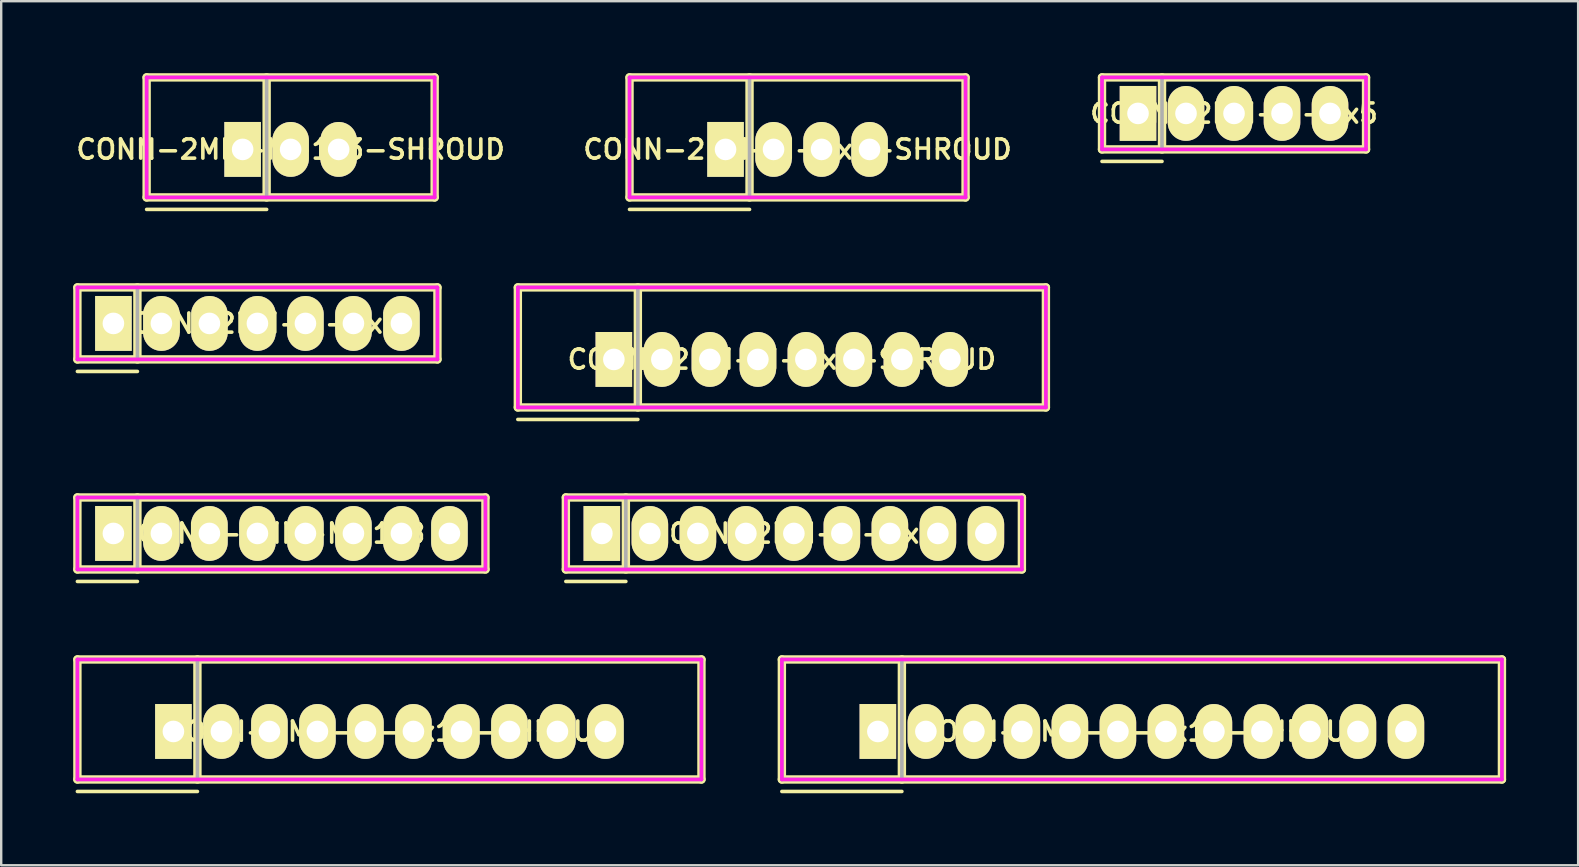
<source format=kicad_pcb>
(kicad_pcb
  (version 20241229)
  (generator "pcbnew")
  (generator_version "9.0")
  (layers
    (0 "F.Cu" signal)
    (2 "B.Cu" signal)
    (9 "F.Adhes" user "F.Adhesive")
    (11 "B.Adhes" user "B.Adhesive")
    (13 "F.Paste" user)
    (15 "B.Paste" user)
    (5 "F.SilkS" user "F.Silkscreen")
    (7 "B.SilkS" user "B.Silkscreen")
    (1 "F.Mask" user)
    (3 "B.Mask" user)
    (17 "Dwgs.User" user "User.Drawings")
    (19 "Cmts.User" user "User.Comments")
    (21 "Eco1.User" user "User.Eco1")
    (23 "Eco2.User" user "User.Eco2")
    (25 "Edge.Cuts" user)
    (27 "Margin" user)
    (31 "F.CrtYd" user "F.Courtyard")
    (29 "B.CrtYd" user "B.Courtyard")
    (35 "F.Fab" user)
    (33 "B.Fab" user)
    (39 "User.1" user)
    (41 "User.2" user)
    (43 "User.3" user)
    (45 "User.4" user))
  (footprint "CONN-2MM-M-1x9"
    (layer "F.Cu")
    (at 30.025 19.175)
    (property "Reference" "CONN-2MM-M-1x9" (at 0 0 0) (layer "F.SilkS") (effects (font (size 0.8 0.8) (thickness 0.15))))
    (attr through_hole)
    (fp_line (start -9.5 -1.5) (end 9.5 -1.5) (stroke (width 0.35) (type solid)) (layer "F.SilkS"))
    (fp_line (start -9.5 1.5) (end -9.5 -1.5) (stroke (width 0.35) (type solid)) (layer "F.SilkS"))
    (fp_line (start -9.5 2) (end -7 2) (stroke (width 0.15) (type solid)) (layer "F.SilkS"))
    (fp_line (start -7 -1.5) (end -7 1.5) (stroke (width 0.35) (type solid)) (layer "F.SilkS"))
    (fp_line (start 9.5 -1.5) (end 9.5 1.5) (stroke (width 0.35) (type solid)) (layer "F.SilkS"))
    (fp_line (start 9.5 1.5) (end -9.5 1.5) (stroke (width 0.35) (type solid)) (layer "F.SilkS"))
    (fp_line (start -9.5 -1.5) (end 9.5 -1.5) (stroke (width 0.15) (type solid)) (layer "F.CrtYd"))
    (fp_line (start -9.5 1.5) (end -9.5 -1.5) (stroke (width 0.15) (type solid)) (layer "F.CrtYd"))
    (fp_line (start 9.5 -1.5) (end 9.5 1.5) (stroke (width 0.15) (type solid)) (layer "F.CrtYd"))
    (fp_line (start 9.5 1.5) (end -9.5 1.5) (stroke (width 0.15) (type solid)) (layer "F.CrtYd"))
    (fp_line (start -9.5 -1.5) (end 9.5 -1.5) (stroke (width 0.15) (type solid)) (layer "F.Fab"))
    (fp_line (start -9.5 1.5) (end -9.5 -1.5) (stroke (width 0.15) (type solid)) (layer "F.Fab"))
    (fp_line (start -7 -1.5) (end -7 1.5) (stroke (width 0.15) (type solid)) (layer "F.Fab"))
    (fp_line (start 9.5 -1.5) (end 9.5 1.5) (stroke (width 0.15) (type solid)) (layer "F.Fab"))
    (fp_line (start 9.5 1.5) (end -9.5 1.5) (stroke (width 0.15) (type solid)) (layer "F.Fab"))
    (pad "1" thru_hole rect (at -8 0) (size 1.524 2.286) (drill 0.9) (layers "*.Cu" "*.Mask" "F.SilkS"))
    (pad "2" thru_hole oval (at -6 0) (size 1.524 2.286) (drill 0.9) (layers "*.Cu" "*.Mask" "F.SilkS"))
    (pad "3" thru_hole oval (at -4 0) (size 1.524 2.286) (drill 0.9) (layers "*.Cu" "*.Mask" "F.SilkS"))
    (pad "4" thru_hole oval (at -2 0) (size 1.524 2.286) (drill 0.9) (layers "*.Cu" "*.Mask" "F.SilkS"))
    (pad "5" thru_hole oval (at 0 0) (size 1.524 2.286) (drill 0.9) (layers "*.Cu" "*.Mask" "F.SilkS"))
    (pad "6" thru_hole oval (at 2 0) (size 1.524 2.286) (drill 0.9) (layers "*.Cu" "*.Mask" "F.SilkS"))
    (pad "7" thru_hole oval (at 4 0) (size 1.524 2.286) (drill 0.9) (layers "*.Cu" "*.Mask" "F.SilkS"))
    (pad "8" thru_hole oval (at 6 0) (size 1.524 2.286) (drill 0.9) (layers "*.Cu" "*.Mask" "F.SilkS"))
    (pad "9" thru_hole oval (at 8 0) (size 1.524 2.286) (drill 0.9) (layers "*.Cu" "*.Mask" "F.SilkS")))
  (footprint "CONN-2MM-M-1x7"
    (layer "F.Cu")
    (at 7.675 10.425)
    (property "Reference" "CONN-2MM-M-1x7" (at 0 0 0) (layer "F.SilkS") (effects (font (size 0.8 0.8) (thickness 0.15))))
    (attr through_hole)
    (fp_line (start -7.5 -1.5) (end 7.5 -1.5) (stroke (width 0.35) (type solid)) (layer "F.SilkS"))
    (fp_line (start -7.5 1.5) (end -7.5 -1.5) (stroke (width 0.35) (type solid)) (layer "F.SilkS"))
    (fp_line (start -7.5 2) (end -5 2) (stroke (width 0.15) (type solid)) (layer "F.SilkS"))
    (fp_line (start -5 -1.5) (end -5 1.5) (stroke (width 0.35) (type solid)) (layer "F.SilkS"))
    (fp_line (start 7.5 -1.5) (end 7.5 1.5) (stroke (width 0.35) (type solid)) (layer "F.SilkS"))
    (fp_line (start 7.5 1.5) (end -7.5 1.5) (stroke (width 0.35) (type solid)) (layer "F.SilkS"))
    (fp_line (start -7.5 -1.5) (end 7.5 -1.5) (stroke (width 0.15) (type solid)) (layer "F.CrtYd"))
    (fp_line (start -7.5 1.5) (end -7.5 -1.5) (stroke (width 0.15) (type solid)) (layer "F.CrtYd"))
    (fp_line (start 7.5 -1.5) (end 7.5 1.5) (stroke (width 0.15) (type solid)) (layer "F.CrtYd"))
    (fp_line (start 7.5 1.5) (end -7.5 1.5) (stroke (width 0.15) (type solid)) (layer "F.CrtYd"))
    (fp_line (start -7.5 -1.5) (end 7.5 -1.5) (stroke (width 0.15) (type solid)) (layer "F.Fab"))
    (fp_line (start -7.5 1.5) (end -7.5 -1.5) (stroke (width 0.15) (type solid)) (layer "F.Fab"))
    (fp_line (start -5 -1.5) (end -5 1.5) (stroke (width 0.15) (type solid)) (layer "F.Fab"))
    (fp_line (start 7.5 -1.5) (end 7.5 1.5) (stroke (width 0.15) (type solid)) (layer "F.Fab"))
    (fp_line (start 7.5 1.5) (end -7.5 1.5) (stroke (width 0.15) (type solid)) (layer "F.Fab"))
    (pad "1" thru_hole rect (at -6 0) (size 1.524 2.286) (drill 0.9) (layers "*.Cu" "*.Mask" "F.SilkS"))
    (pad "2" thru_hole oval (at -4 0) (size 1.524 2.286) (drill 0.9) (layers "*.Cu" "*.Mask" "F.SilkS"))
    (pad "3" thru_hole oval (at -2 0) (size 1.524 2.286) (drill 0.9) (layers "*.Cu" "*.Mask" "F.SilkS"))
    (pad "4" thru_hole oval (at 0 0) (size 1.524 2.286) (drill 0.9) (layers "*.Cu" "*.Mask" "F.SilkS"))
    (pad "5" thru_hole oval (at 2 0) (size 1.524 2.286) (drill 0.9) (layers "*.Cu" "*.Mask" "F.SilkS"))
    (pad "6" thru_hole oval (at 4 0) (size 1.524 2.286) (drill 0.9) (layers "*.Cu" "*.Mask" "F.SilkS"))
    (pad "7" thru_hole oval (at 6 0) (size 1.524 2.286) (drill 0.9) (layers "*.Cu" "*.Mask" "F.SilkS")))
  (footprint "CONN-2MM-M-1x5"
    (layer "F.Cu")
    (at 48.363 1.675)
    (property "Reference" "CONN-2MM-M-1x5" (at 0 0 0) (layer "F.SilkS") (effects (font (size 0.8 0.8) (thickness 0.15))))
    (attr through_hole)
    (fp_line (start -5.5 -1.5) (end 5.5 -1.5) (stroke (width 0.35) (type solid)) (layer "F.SilkS"))
    (fp_line (start -5.5 1.5) (end -5.5 -1.5) (stroke (width 0.35) (type solid)) (layer "F.SilkS"))
    (fp_line (start -5.5 2) (end -3 2) (stroke (width 0.15) (type solid)) (layer "F.SilkS"))
    (fp_line (start -3 -1.5) (end -3 1.5) (stroke (width 0.35) (type solid)) (layer "F.SilkS"))
    (fp_line (start 5.5 -1.5) (end 5.5 1.5) (stroke (width 0.35) (type solid)) (layer "F.SilkS"))
    (fp_line (start 5.5 1.5) (end -5.5 1.5) (stroke (width 0.35) (type solid)) (layer "F.SilkS"))
    (fp_line (start -5.5 -1.5) (end 5.5 -1.5) (stroke (width 0.15) (type solid)) (layer "F.CrtYd"))
    (fp_line (start -5.5 1.5) (end -5.5 -1.5) (stroke (width 0.15) (type solid)) (layer "F.CrtYd"))
    (fp_line (start 5.5 -1.5) (end 5.5 1.5) (stroke (width 0.15) (type solid)) (layer "F.CrtYd"))
    (fp_line (start 5.5 1.5) (end -5.5 1.5) (stroke (width 0.15) (type solid)) (layer "F.CrtYd"))
    (fp_line (start -5.5 -1.5) (end 5.5 -1.5) (stroke (width 0.15) (type solid)) (layer "F.Fab"))
    (fp_line (start -5.5 1.5) (end -5.5 -1.5) (stroke (width 0.15) (type solid)) (layer "F.Fab"))
    (fp_line (start -3 -1.5) (end -3 1.5) (stroke (width 0.15) (type solid)) (layer "F.Fab"))
    (fp_line (start 5.5 -1.5) (end 5.5 1.5) (stroke (width 0.15) (type solid)) (layer "F.Fab"))
    (fp_line (start 5.5 1.5) (end -5.5 1.5) (stroke (width 0.15) (type solid)) (layer "F.Fab"))
    (pad "1" thru_hole rect (at -4 0) (size 1.524 2.286) (drill 0.9) (layers "*.Cu" "*.Mask" "F.SilkS"))
    (pad "2" thru_hole oval (at -2 0) (size 1.524 2.286) (drill 0.9) (layers "*.Cu" "*.Mask" "F.SilkS"))
    (pad "3" thru_hole oval (at 0 0) (size 1.524 2.286) (drill 0.9) (layers "*.Cu" "*.Mask" "F.SilkS"))
    (pad "4" thru_hole oval (at 2 0) (size 1.524 2.286) (drill 0.9) (layers "*.Cu" "*.Mask" "F.SilkS"))
    (pad "5" thru_hole oval (at 4 0) (size 1.524 2.286) (drill 0.9) (layers "*.Cu" "*.Mask" "F.SilkS")))
  (footprint "CONN-2MM-M-1x3-SHROUD"
    (layer "F.Cu")
    (at 9.059 3.175)
    (property "Reference" "CONN-2MM-M-1x3-SHROUD" (at 0 0 0) (layer "F.SilkS") (effects (font (size 0.8 0.8) (thickness 0.15))))
    (attr through_hole)
    (fp_line (start -6 -3) (end 6 -3) (stroke (width 0.35) (type solid)) (layer "F.SilkS"))
    (fp_line (start -6 2) (end -6 -3) (stroke (width 0.35) (type solid)) (layer "F.SilkS"))
    (fp_line (start -6 2.5) (end -1 2.5) (stroke (width 0.15) (type solid)) (layer "F.SilkS"))
    (fp_line (start -1 -3) (end -1 2) (stroke (width 0.35) (type solid)) (layer "F.SilkS"))
    (fp_line (start 6 -3) (end 6 2) (stroke (width 0.35) (type solid)) (layer "F.SilkS"))
    (fp_line (start 6 2) (end -6 2) (stroke (width 0.35) (type solid)) (layer "F.SilkS"))
    (fp_line (start -6 -3) (end 6 -3) (stroke (width 0.15) (type solid)) (layer "F.CrtYd"))
    (fp_line (start -6 2) (end -6 -3) (stroke (width 0.15) (type solid)) (layer "F.CrtYd"))
    (fp_line (start 6 -3) (end 6 2) (stroke (width 0.15) (type solid)) (layer "F.CrtYd"))
    (fp_line (start 6 2) (end -6 2) (stroke (width 0.15) (type solid)) (layer "F.CrtYd"))
    (fp_line (start -6 -3) (end 6 -3) (stroke (width 0.15) (type solid)) (layer "F.Fab"))
    (fp_line (start -6 2) (end -6 -3) (stroke (width 0.15) (type solid)) (layer "F.Fab"))
    (fp_line (start -1 -3) (end -1 2) (stroke (width 0.15) (type solid)) (layer "F.Fab"))
    (fp_line (start 6 -3) (end 6 2) (stroke (width 0.15) (type solid)) (layer "F.Fab"))
    (fp_line (start 6 2) (end -6 2) (stroke (width 0.15) (type solid)) (layer "F.Fab"))
    (pad "1" thru_hole rect (at -2 0) (size 1.524 2.286) (drill 0.9) (layers "*.Cu" "*.Mask" "F.SilkS"))
    (pad "2" thru_hole oval (at 0 0) (size 1.524 2.286) (drill 0.9) (layers "*.Cu" "*.Mask" "F.SilkS"))
    (pad "3" thru_hole oval (at 2 0) (size 1.524 2.286) (drill 0.9) (layers "*.Cu" "*.Mask" "F.SilkS")))
  (footprint "CONN-2MM-M-1x8"
    (layer "F.Cu")
    (at 8.675 19.175)
    (property "Reference" "CONN-2MM-M-1x8" (at 0 0 0) (layer "F.SilkS") (effects (font (size 0.8 0.8) (thickness 0.15))))
    (attr through_hole)
    (fp_line (start -8.5 -1.5) (end 8.5 -1.5) (stroke (width 0.35) (type solid)) (layer "F.SilkS"))
    (fp_line (start -8.5 1.5) (end -8.5 -1.5) (stroke (width 0.35) (type solid)) (layer "F.SilkS"))
    (fp_line (start -8.5 2) (end -6 2) (stroke (width 0.15) (type solid)) (layer "F.SilkS"))
    (fp_line (start -6 -1.5) (end -6 1.5) (stroke (width 0.35) (type solid)) (layer "F.SilkS"))
    (fp_line (start 8.5 -1.5) (end 8.5 1.5) (stroke (width 0.35) (type solid)) (layer "F.SilkS"))
    (fp_line (start 8.5 1.5) (end -8.5 1.5) (stroke (width 0.35) (type solid)) (layer "F.SilkS"))
    (fp_line (start -8.5 -1.5) (end 8.5 -1.5) (stroke (width 0.15) (type solid)) (layer "F.CrtYd"))
    (fp_line (start -8.5 1.5) (end -8.5 -1.5) (stroke (width 0.15) (type solid)) (layer "F.CrtYd"))
    (fp_line (start 8.5 -1.5) (end 8.5 1.5) (stroke (width 0.15) (type solid)) (layer "F.CrtYd"))
    (fp_line (start 8.5 1.5) (end -8.5 1.5) (stroke (width 0.15) (type solid)) (layer "F.CrtYd"))
    (fp_line (start -8.5 -1.5) (end 8.5 -1.5) (stroke (width 0.15) (type solid)) (layer "F.Fab"))
    (fp_line (start -8.5 1.5) (end -8.5 -1.5) (stroke (width 0.15) (type solid)) (layer "F.Fab"))
    (fp_line (start -6 -1.5) (end -6 1.5) (stroke (width 0.15) (type solid)) (layer "F.Fab"))
    (fp_line (start 8.5 -1.5) (end 8.5 1.5) (stroke (width 0.15) (type solid)) (layer "F.Fab"))
    (fp_line (start 8.5 1.5) (end -8.5 1.5) (stroke (width 0.15) (type solid)) (layer "F.Fab"))
    (pad "1" thru_hole rect (at -7 0) (size 1.524 2.286) (drill 0.9) (layers "*.Cu" "*.Mask" "F.SilkS"))
    (pad "2" thru_hole oval (at -5 0) (size 1.524 2.286) (drill 0.9) (layers "*.Cu" "*.Mask" "F.SilkS"))
    (pad "3" thru_hole oval (at -3 0) (size 1.524 2.286) (drill 0.9) (layers "*.Cu" "*.Mask" "F.SilkS"))
    (pad "4" thru_hole oval (at -1 0) (size 1.524 2.286) (drill 0.9) (layers "*.Cu" "*.Mask" "F.SilkS"))
    (pad "5" thru_hole oval (at 1 0) (size 1.524 2.286) (drill 0.9) (layers "*.Cu" "*.Mask" "F.SilkS"))
    (pad "6" thru_hole oval (at 3 0) (size 1.524 2.286) (drill 0.9) (layers "*.Cu" "*.Mask" "F.SilkS"))
    (pad "7" thru_hole oval (at 5 0) (size 1.524 2.286) (drill 0.9) (layers "*.Cu" "*.Mask" "F.SilkS"))
    (pad "8" thru_hole oval (at 7 0) (size 1.524 2.286) (drill 0.9) (layers "*.Cu" "*.Mask" "F.SilkS")))
  (footprint "CONN-2MM-M-1x10-SHROUD"
    (layer "F.Cu")
    (at 13.175 27.425)
    (property "Reference" "CONN-2MM-M-1x10-SHROUD" (at 0 0 0) (layer "F.SilkS") (effects (font (size 0.8 0.8) (thickness 0.15))))
    (attr through_hole)
    (fp_line (start -13 -3) (end 13 -3) (stroke (width 0.35) (type solid)) (layer "F.SilkS"))
    (fp_line (start -13 2) (end -13 -3) (stroke (width 0.35) (type solid)) (layer "F.SilkS"))
    (fp_line (start -13 2.5) (end -8 2.5) (stroke (width 0.15) (type solid)) (layer "F.SilkS"))
    (fp_line (start -8 -3) (end -8 2) (stroke (width 0.35) (type solid)) (layer "F.SilkS"))
    (fp_line (start 13 -3) (end 13 2) (stroke (width 0.35) (type solid)) (layer "F.SilkS"))
    (fp_line (start 13 2) (end -13 2) (stroke (width 0.35) (type solid)) (layer "F.SilkS"))
    (fp_line (start -13 -3) (end 13 -3) (stroke (width 0.15) (type solid)) (layer "F.CrtYd"))
    (fp_line (start -13 2) (end -13 -3) (stroke (width 0.15) (type solid)) (layer "F.CrtYd"))
    (fp_line (start 13 -3) (end 13 2) (stroke (width 0.15) (type solid)) (layer "F.CrtYd"))
    (fp_line (start 13 2) (end -13 2) (stroke (width 0.15) (type solid)) (layer "F.CrtYd"))
    (fp_line (start -13 -3) (end 13 -3) (stroke (width 0.15) (type solid)) (layer "F.Fab"))
    (fp_line (start -13 2) (end -13 -3) (stroke (width 0.15) (type solid)) (layer "F.Fab"))
    (fp_line (start -8 -3) (end -8 2) (stroke (width 0.15) (type solid)) (layer "F.Fab"))
    (fp_line (start 13 -3) (end 13 2) (stroke (width 0.15) (type solid)) (layer "F.Fab"))
    (fp_line (start 13 2) (end -13 2) (stroke (width 0.15) (type solid)) (layer "F.Fab"))
    (pad "1" thru_hole rect (at -9 0) (size 1.524 2.286) (drill 0.9) (layers "*.Cu" "*.Mask" "F.SilkS"))
    (pad "2" thru_hole oval (at -7 0) (size 1.524 2.286) (drill 0.9) (layers "*.Cu" "*.Mask" "F.SilkS"))
    (pad "3" thru_hole oval (at -5 0) (size 1.524 2.286) (drill 0.9) (layers "*.Cu" "*.Mask" "F.SilkS"))
    (pad "4" thru_hole oval (at -3 0) (size 1.524 2.286) (drill 0.9) (layers "*.Cu" "*.Mask" "F.SilkS"))
    (pad "5" thru_hole oval (at -1 0) (size 1.524 2.286) (drill 0.9) (layers "*.Cu" "*.Mask" "F.SilkS"))
    (pad "6" thru_hole oval (at 1 0) (size 1.524 2.286) (drill 0.9) (layers "*.Cu" "*.Mask" "F.SilkS"))
    (pad "7" thru_hole oval (at 3 0) (size 1.524 2.286) (drill 0.9) (layers "*.Cu" "*.Mask" "F.SilkS"))
    (pad "8" thru_hole oval (at 5 0) (size 1.524 2.286) (drill 0.9) (layers "*.Cu" "*.Mask" "F.SilkS"))
    (pad "9" thru_hole oval (at 7 0) (size 1.524 2.286) (drill 0.9) (layers "*.Cu" "*.Mask" "F.SilkS"))
    (pad "10" thru_hole oval (at 9 0) (size 1.524 2.286) (drill 0.9) (layers "*.Cu" "*.Mask" "F.SilkS")))
  (footprint "CONN-2MM-M-1x8-SHROUD"
    (layer "F.Cu")
    (at 29.525 11.925)
    (property "Reference" "CONN-2MM-M-1x8-SHROUD" (at 0 0 0) (layer "F.SilkS") (effects (font (size 0.8 0.8) (thickness 0.15))))
    (attr through_hole)
    (fp_line (start -11 -3) (end 11 -3) (stroke (width 0.35) (type solid)) (layer "F.SilkS"))
    (fp_line (start -11 2) (end -11 -3) (stroke (width 0.35) (type solid)) (layer "F.SilkS"))
    (fp_line (start -11 2.5) (end -6 2.5) (stroke (width 0.15) (type solid)) (layer "F.SilkS"))
    (fp_line (start -6 -3) (end -6 2) (stroke (width 0.35) (type solid)) (layer "F.SilkS"))
    (fp_line (start 11 -3) (end 11 2) (stroke (width 0.35) (type solid)) (layer "F.SilkS"))
    (fp_line (start 11 2) (end -11 2) (stroke (width 0.35) (type solid)) (layer "F.SilkS"))
    (fp_line (start -11 -3) (end 11 -3) (stroke (width 0.15) (type solid)) (layer "F.CrtYd"))
    (fp_line (start -11 2) (end -11 -3) (stroke (width 0.15) (type solid)) (layer "F.CrtYd"))
    (fp_line (start 11 -3) (end 11 2) (stroke (width 0.15) (type solid)) (layer "F.CrtYd"))
    (fp_line (start 11 2) (end -11 2) (stroke (width 0.15) (type solid)) (layer "F.CrtYd"))
    (fp_line (start -11 -3) (end 11 -3) (stroke (width 0.15) (type solid)) (layer "F.Fab"))
    (fp_line (start -11 2) (end -11 -3) (stroke (width 0.15) (type solid)) (layer "F.Fab"))
    (fp_line (start -6 -3) (end -6 2) (stroke (width 0.15) (type solid)) (layer "F.Fab"))
    (fp_line (start 11 -3) (end 11 2) (stroke (width 0.15) (type solid)) (layer "F.Fab"))
    (fp_line (start 11 2) (end -11 2) (stroke (width 0.15) (type solid)) (layer "F.Fab"))
    (pad "1" thru_hole rect (at -7 0) (size 1.524 2.286) (drill 0.9) (layers "*.Cu" "*.Mask" "F.SilkS"))
    (pad "2" thru_hole oval (at -5 0) (size 1.524 2.286) (drill 0.9) (layers "*.Cu" "*.Mask" "F.SilkS"))
    (pad "3" thru_hole oval (at -3 0) (size 1.524 2.286) (drill 0.9) (layers "*.Cu" "*.Mask" "F.SilkS"))
    (pad "4" thru_hole oval (at -1 0) (size 1.524 2.286) (drill 0.9) (layers "*.Cu" "*.Mask" "F.SilkS"))
    (pad "5" thru_hole oval (at 1 0) (size 1.524 2.286) (drill 0.9) (layers "*.Cu" "*.Mask" "F.SilkS"))
    (pad "6" thru_hole oval (at 3 0) (size 1.524 2.286) (drill 0.9) (layers "*.Cu" "*.Mask" "F.SilkS"))
    (pad "7" thru_hole oval (at 5 0) (size 1.524 2.286) (drill 0.9) (layers "*.Cu" "*.Mask" "F.SilkS"))
    (pad "8" thru_hole oval (at 7 0) (size 1.524 2.286) (drill 0.9) (layers "*.Cu" "*.Mask" "F.SilkS")))
  (footprint "CONN-2MM-M-1x4-SHROUD"
    (layer "F.Cu")
    (at 30.178 3.175)
    (property "Reference" "CONN-2MM-M-1x4-SHROUD" (at 0 0 0) (layer "F.SilkS") (effects (font (size 0.8 0.8) (thickness 0.15))))
    (attr through_hole)
    (fp_line (start -7 -3) (end 7 -3) (stroke (width 0.35) (type solid)) (layer "F.SilkS"))
    (fp_line (start -7 2) (end -7 -3) (stroke (width 0.35) (type solid)) (layer "F.SilkS"))
    (fp_line (start -7 2.5) (end -2 2.5) (stroke (width 0.15) (type solid)) (layer "F.SilkS"))
    (fp_line (start -2 -3) (end -2 2) (stroke (width 0.35) (type solid)) (layer "F.SilkS"))
    (fp_line (start 7 -3) (end 7 2) (stroke (width 0.35) (type solid)) (layer "F.SilkS"))
    (fp_line (start 7 2) (end -7 2) (stroke (width 0.35) (type solid)) (layer "F.SilkS"))
    (fp_line (start -7 -3) (end 7 -3) (stroke (width 0.15) (type solid)) (layer "F.CrtYd"))
    (fp_line (start -7 2) (end -7 -3) (stroke (width 0.15) (type solid)) (layer "F.CrtYd"))
    (fp_line (start 7 -3) (end 7 2) (stroke (width 0.15) (type solid)) (layer "F.CrtYd"))
    (fp_line (start 7 2) (end -7 2) (stroke (width 0.15) (type solid)) (layer "F.CrtYd"))
    (fp_line (start -7 -3) (end 7 -3) (stroke (width 0.15) (type solid)) (layer "F.Fab"))
    (fp_line (start -7 2) (end -7 -3) (stroke (width 0.15) (type solid)) (layer "F.Fab"))
    (fp_line (start -2 -3) (end -2 2) (stroke (width 0.15) (type solid)) (layer "F.Fab"))
    (fp_line (start 7 -3) (end 7 2) (stroke (width 0.15) (type solid)) (layer "F.Fab"))
    (fp_line (start 7 2) (end -7 2) (stroke (width 0.15) (type solid)) (layer "F.Fab"))
    (pad "1" thru_hole rect (at -3 0) (size 1.524 2.286) (drill 0.9) (layers "*.Cu" "*.Mask" "F.SilkS"))
    (pad "2" thru_hole oval (at -1 0) (size 1.524 2.286) (drill 0.9) (layers "*.Cu" "*.Mask" "F.SilkS"))
    (pad "3" thru_hole oval (at 1 0) (size 1.524 2.286) (drill 0.9) (layers "*.Cu" "*.Mask" "F.SilkS"))
    (pad "4" thru_hole oval (at 3 0) (size 1.524 2.286) (drill 0.9) (layers "*.Cu" "*.Mask" "F.SilkS")))
  (footprint "CONN-2MM-M-1x12-SHROUD"
    (layer "F.Cu")
    (at 44.525 27.425)
    (property "Reference" "CONN-2MM-M-1x12-SHROUD" (at 0 0 0) (layer "F.SilkS") (effects (font (size 0.8 0.8) (thickness 0.15))))
    (attr through_hole)
    (fp_line (start -15 -3) (end 15 -3) (stroke (width 0.35) (type solid)) (layer "F.SilkS"))
    (fp_line (start -15 2) (end -15 -3) (stroke (width 0.35) (type solid)) (layer "F.SilkS"))
    (fp_line (start -15 2.5) (end -10 2.5) (stroke (width 0.15) (type solid)) (layer "F.SilkS"))
    (fp_line (start -10 -3) (end -10 2) (stroke (width 0.35) (type solid)) (layer "F.SilkS"))
    (fp_line (start 15 -3) (end 15 2) (stroke (width 0.35) (type solid)) (layer "F.SilkS"))
    (fp_line (start 15 2) (end -15 2) (stroke (width 0.35) (type solid)) (layer "F.SilkS"))
    (fp_line (start -15 -3) (end 15 -3) (stroke (width 0.15) (type solid)) (layer "F.CrtYd"))
    (fp_line (start -15 2) (end -15 -3) (stroke (width 0.15) (type solid)) (layer "F.CrtYd"))
    (fp_line (start 15 -3) (end 15 2) (stroke (width 0.15) (type solid)) (layer "F.CrtYd"))
    (fp_line (start 15 2) (end -15 2) (stroke (width 0.15) (type solid)) (layer "F.CrtYd"))
    (fp_line (start -15 -3) (end 15 -3) (stroke (width 0.15) (type solid)) (layer "F.Fab"))
    (fp_line (start -15 2) (end -15 -3) (stroke (width 0.15) (type solid)) (layer "F.Fab"))
    (fp_line (start -10 -3) (end -10 2) (stroke (width 0.15) (type solid)) (layer "F.Fab"))
    (fp_line (start 15 -3) (end 15 2) (stroke (width 0.15) (type solid)) (layer "F.Fab"))
    (fp_line (start 15 2) (end -15 2) (stroke (width 0.15) (type solid)) (layer "F.Fab"))
    (pad "1" thru_hole rect (at -11 0) (size 1.524 2.286) (drill 0.9) (layers "*.Cu" "*.Mask" "F.SilkS"))
    (pad "2" thru_hole oval (at -9 0) (size 1.524 2.286) (drill 0.9) (layers "*.Cu" "*.Mask" "F.SilkS"))
    (pad "3" thru_hole oval (at -7 0) (size 1.524 2.286) (drill 0.9) (layers "*.Cu" "*.Mask" "F.SilkS"))
    (pad "4" thru_hole oval (at -5 0) (size 1.524 2.286) (drill 0.9) (layers "*.Cu" "*.Mask" "F.SilkS"))
    (pad "5" thru_hole oval (at -3 0) (size 1.524 2.286) (drill 0.9) (layers "*.Cu" "*.Mask" "F.SilkS"))
    (pad "6" thru_hole oval (at -1 0) (size 1.524 2.286) (drill 0.9) (layers "*.Cu" "*.Mask" "F.SilkS"))
    (pad "7" thru_hole oval (at 1 0) (size 1.524 2.286) (drill 0.9) (layers "*.Cu" "*.Mask" "F.SilkS"))
    (pad "8" thru_hole oval (at 3 0) (size 1.524 2.286) (drill 0.9) (layers "*.Cu" "*.Mask" "F.SilkS"))
    (pad "9" thru_hole oval (at 5 0) (size 1.524 2.286) (drill 0.9) (layers "*.Cu" "*.Mask" "F.SilkS"))
    (pad "10" thru_hole oval (at 7 0) (size 1.524 2.286) (drill 0.9) (layers "*.Cu" "*.Mask" "F.SilkS"))
    (pad "11" thru_hole oval (at 9 0) (size 1.524 2.286) (drill 0.9) (layers "*.Cu" "*.Mask" "F.SilkS"))
    (pad "12" thru_hole oval (at 11 0) (size 1.524 2.286) (drill 0.9) (layers "*.Cu" "*.Mask" "F.SilkS")))
  (gr_rect
    (start -3 -3)
    (end 62.7 33)
    (stroke (width 0.1) (type default))
    (fill no)
    (layer "Edge.Cuts")))
</source>
